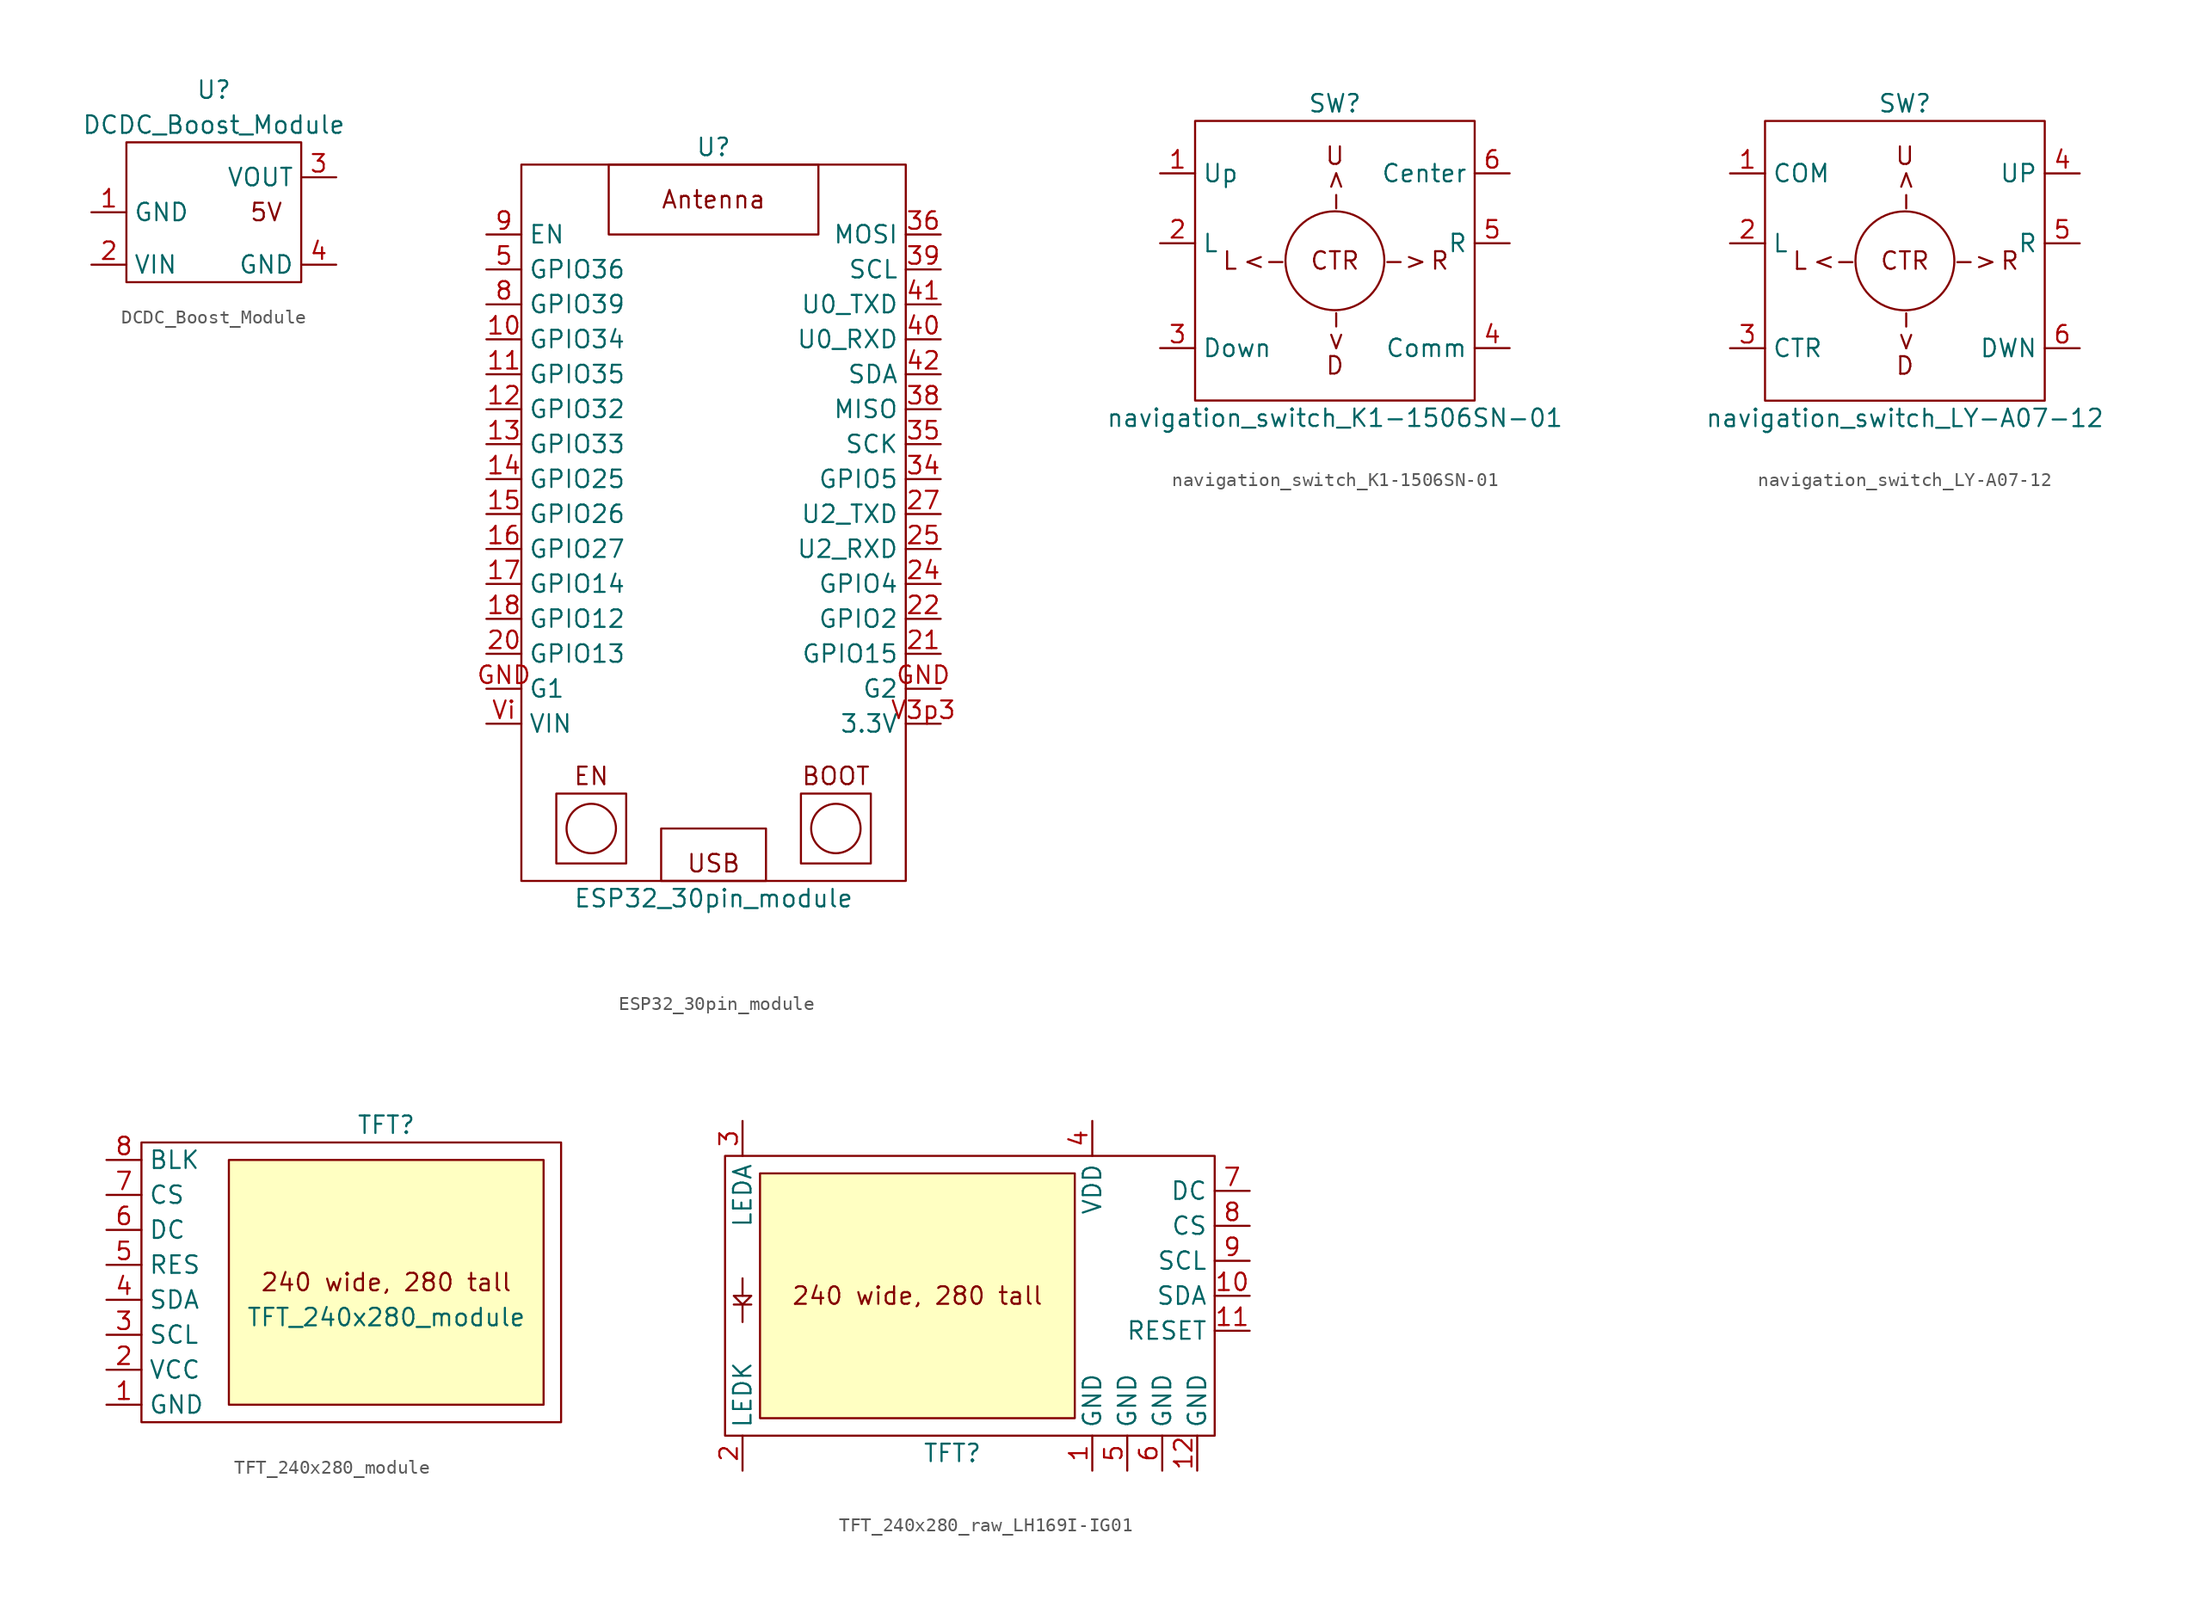
<source format=kicad_sym>
(kicad_symbol_lib
  (version 20211014)
  (generator kicad_symbol_editor)
  (symbol "DCDC_Boost_Module"
    (property "Reference" "U"
      (at 0 8.89 0)
      (effects (font (size 1.27 1.27))))
    (property "Value" "DCDC_Boost_Module"
      (at 0 6.35 0)
      (effects (font (size 1.27 1.27))))
    (symbol "DCDC_Boost_Module_0_0"
      (text "5V" (at 3.81 0 0) (effects (font (size 1.27 1.27)))))
    (symbol "DCDC_Boost_Module_0_1"
      (rectangle (start -6.35 5.08) (end 6.35 -5.08) (stroke (width 0.152) (type default) (color 0 0 0 0)) (fill (type none))))
    (symbol "DCDC_Boost_Module_1_1"
      (pin input line (at -8.89 0 0) (length 2.54) (name "GND" (effects (font (size 1.27 1.27)))) (number "1" (effects (font (size 1.27 1.27)))))
      (pin input line (at -8.89 -3.81 0) (length 2.54) (name "VIN" (effects (font (size 1.27 1.27)))) (number "2" (effects (font (size 1.27 1.27)))))
      (pin input line (at 8.89 2.54 180) (length 2.54) (name "VOUT" (effects (font (size 1.27 1.27)))) (number "3" (effects (font (size 1.27 1.27)))))
      (pin input line (at 8.89 -3.81 180) (length 2.54) (name "GND" (effects (font (size 1.27 1.27)))) (number "4" (effects (font (size 1.27 1.27)))))))
  (symbol "ESP32_30pin_module"
    (property "Reference" "U"
      (at 0 24.13 0)
      (effects (font (size 1.27 1.27))))
    (property "Value" "ESP32_30pin_module"
      (at 0 -30.48 0)
      (effects (font (size 1.27 1.27))))
    (symbol "ESP32_30pin_module_0_0"
      (rectangle (start -13.97 22.86) (end 13.97 -29.21) (stroke (width 0.152) (type default) (color 0 0 0 0)) (fill (type none)))
      (rectangle (start -7.62 22.86) (end 7.62 17.78) (stroke (width 0.152) (type default) (color 0 0 0 0)) (fill (type none)))
      (text "Antenna" (at 0 20.32 0) (effects (font (size 1.27 1.27))))
      (text "BOOT" (at 8.89 -21.59 0) (effects (font (size 1.27 1.27))))
      (text "EN" (at -8.89 -21.59 0) (effects (font (size 1.27 1.27))))
      (text "USB" (at 0 -27.94 0) (effects (font (size 1.27 1.27)))))
    (symbol "ESP32_30pin_module_0_1"
      (rectangle (start -11.43 -22.86) (end -6.35 -27.94) (stroke (width 0.152) (type default) (color 0 0 0 0)) (fill (type none)))
      (circle (center -8.89 -25.4) (radius 1.796) (stroke (width 0.152) (type default) (color 0 0 0 0)) (fill (type none)))
      (rectangle (start -3.81 -25.4) (end 3.81 -29.21) (stroke (width 0.152) (type default) (color 0 0 0 0)) (fill (type none)))
      (rectangle (start 6.35 -22.86) (end 11.43 -27.94) (stroke (width 0.152) (type default) (color 0 0 0 0)) (fill (type none)))
      (circle (center 8.89 -25.4) (radius 1.796) (stroke (width 0.152) (type default) (color 0 0 0 0)) (fill (type none))))
    (symbol "ESP32_30pin_module_1_1"
      (pin input line (at -16.51 10.16 0) (length 2.54) (name "GPIO34" (effects (font (size 1.27 1.27)))) (number "10" (effects (font (size 1.27 1.27)))))
      (pin input line (at -16.51 7.62 0) (length 2.54) (name "GPIO35" (effects (font (size 1.27 1.27)))) (number "11" (effects (font (size 1.27 1.27)))))
      (pin input line (at -16.51 5.08 0) (length 2.54) (name "GPIO32" (effects (font (size 1.27 1.27)))) (number "12" (effects (font (size 1.27 1.27)))))
      (pin input line (at -16.51 2.54 0) (length 2.54) (name "GPIO33" (effects (font (size 1.27 1.27)))) (number "13" (effects (font (size 1.27 1.27)))))
      (pin input line (at -16.51 0 0) (length 2.54) (name "GPIO25" (effects (font (size 1.27 1.27)))) (number "14" (effects (font (size 1.27 1.27)))))
      (pin input line (at -16.51 -2.54 0) (length 2.54) (name "GPIO26" (effects (font (size 1.27 1.27)))) (number "15" (effects (font (size 1.27 1.27)))))
      (pin input line (at -16.51 -5.08 0) (length 2.54) (name "GPIO27" (effects (font (size 1.27 1.27)))) (number "16" (effects (font (size 1.27 1.27)))))
      (pin input line (at -16.51 -7.62 0) (length 2.54) (name "GPIO14" (effects (font (size 1.27 1.27)))) (number "17" (effects (font (size 1.27 1.27)))))
      (pin input line (at -16.51 -10.16 0) (length 2.54) (name "GPIO12" (effects (font (size 1.27 1.27)))) (number "18" (effects (font (size 1.27 1.27)))))
      (pin input line (at -16.51 -12.7 0) (length 2.54) (name "GPIO13" (effects (font (size 1.27 1.27)))) (number "20" (effects (font (size 1.27 1.27)))))
      (pin input line (at 16.51 -12.7 180) (length 2.54) (name "GPIO15" (effects (font (size 1.27 1.27)))) (number "21" (effects (font (size 1.27 1.27)))))
      (pin input line (at 16.51 -10.16 180) (length 2.54) (name "GPIO2" (effects (font (size 1.27 1.27)))) (number "22" (effects (font (size 1.27 1.27)))))
      (pin input line (at 16.51 -7.62 180) (length 2.54) (name "GPIO4" (effects (font (size 1.27 1.27)))) (number "24" (effects (font (size 1.27 1.27)))))
      (pin input line (at 16.51 -5.08 180) (length 2.54) (name "U2_RXD" (effects (font (size 1.27 1.27)))) (number "25" (effects (font (size 1.27 1.27)))))
      (pin input line (at 16.51 -2.54 180) (length 2.54) (name "U2_TXD" (effects (font (size 1.27 1.27)))) (number "27" (effects (font (size 1.27 1.27)))))
      (pin input line (at 16.51 0 180) (length 2.54) (name "GPIO5" (effects (font (size 1.27 1.27)))) (number "34" (effects (font (size 1.27 1.27)))))
      (pin input line (at 16.51 2.54 180) (length 2.54) (name "SCK" (effects (font (size 1.27 1.27)))) (number "35" (effects (font (size 1.27 1.27)))))
      (pin input line (at 16.51 17.78 180) (length 2.54) (name "MOSI" (effects (font (size 1.27 1.27)))) (number "36" (effects (font (size 1.27 1.27)))))
      (pin input line (at 16.51 5.08 180) (length 2.54) (name "MISO" (effects (font (size 1.27 1.27)))) (number "38" (effects (font (size 1.27 1.27)))))
      (pin input line (at 16.51 15.24 180) (length 2.54) (name "SCL" (effects (font (size 1.27 1.27)))) (number "39" (effects (font (size 1.27 1.27)))))
      (pin input line (at 16.51 10.16 180) (length 2.54) (name "U0_RXD" (effects (font (size 1.27 1.27)))) (number "40" (effects (font (size 1.27 1.27)))))
      (pin input line (at 16.51 12.7 180) (length 2.54) (name "U0_TXD" (effects (font (size 1.27 1.27)))) (number "41" (effects (font (size 1.27 1.27)))))
      (pin input line (at 16.51 7.62 180) (length 2.54) (name "SDA" (effects (font (size 1.27 1.27)))) (number "42" (effects (font (size 1.27 1.27)))))
      (pin input line (at -16.51 15.24 0) (length 2.54) (name "GPIO36" (effects (font (size 1.27 1.27)))) (number "5" (effects (font (size 1.27 1.27)))))
      (pin input line (at -16.51 12.7 0) (length 2.54) (name "GPIO39" (effects (font (size 1.27 1.27)))) (number "8" (effects (font (size 1.27 1.27)))))
      (pin input line (at -16.51 17.78 0) (length 2.54) (name "EN" (effects (font (size 1.27 1.27)))) (number "9" (effects (font (size 1.27 1.27)))))
      (pin input line (at -16.51 -15.24 0) (length 2.54) (name "G1" (effects (font (size 1.27 1.27)))) (number "GND" (effects (font (size 1.27 1.27)))))
      (pin input line (at 16.51 -15.24 180) (length 2.54) (name "G2" (effects (font (size 1.27 1.27)))) (number "GND" (effects (font (size 1.27 1.27)))))
      (pin input line (at 16.51 -17.78 180) (length 2.54) (name "3.3V" (effects (font (size 1.27 1.27)))) (number "V3p3" (effects (font (size 1.27 1.27)))))
      (pin input line (at -16.51 -17.78 0) (length 2.54) (name "VIN" (effects (font (size 1.27 1.27)))) (number "Vi" (effects (font (size 1.27 1.27)))))))
  (symbol "navigation_switch_K1-1506SN-01"
    (property "Reference" "SW"
      (at 0 11.43 0)
      (effects (font (size 1.27 1.27))))
    (property "Value" "navigation_switch_K1-1506SN-01"
      (at 0 -11.43 0)
      (effects (font (size 1.27 1.27))))
    (symbol "navigation_switch_K1-1506SN-01_0_0"
      (text "->" (at 0 5.08 900) (effects (font (size 1.27 1.27))))
      (text "->" (at 5.08 0 0) (effects (font (size 1.27 1.27))))
      (text "<-" (at -5.08 0 0) (effects (font (size 1.27 1.27))))
      (text "<-" (at 0 -5.08 900) (effects (font (size 1.27 1.27))))
      (text "CTR" (at 0 0 0) (effects (font (size 1.27 1.27))))
      (text "D" (at 0 -7.62 0) (effects (font (size 1.27 1.27))))
      (text "L" (at -7.62 0 0) (effects (font (size 1.27 1.27))))
      (text "R" (at 7.62 0 0) (effects (font (size 1.27 1.27))))
      (text "U" (at 0 7.62 0) (effects (font (size 1.27 1.27)))))
    (symbol "navigation_switch_K1-1506SN-01_0_1"
      (rectangle (start -10.16 10.16) (end 10.16 -10.16) (stroke (width 0.152) (type default) (color 0 0 0 0)) (fill (type none)))
      (circle (center 0 0) (radius 3.592) (stroke (width 0.152) (type default) (color 0 0 0 0)) (fill (type none))))
    (symbol "navigation_switch_K1-1506SN-01_1_1"
      (pin input line (at -12.7 6.35 0) (length 2.54) (name "Up" (effects (font (size 1.27 1.27)))) (number "1" (effects (font (size 1.27 1.27)))))
      (pin input line (at -12.7 1.27 0) (length 2.54) (name "L" (effects (font (size 1.27 1.27)))) (number "2" (effects (font (size 1.27 1.27)))))
      (pin input line (at -12.7 -6.35 0) (length 2.54) (name "Down" (effects (font (size 1.27 1.27)))) (number "3" (effects (font (size 1.27 1.27)))))
      (pin input line (at 12.7 -6.35 180) (length 2.54) (name "Comm" (effects (font (size 1.27 1.27)))) (number "4" (effects (font (size 1.27 1.27)))))
      (pin input line (at 12.7 1.27 180) (length 2.54) (name "R" (effects (font (size 1.27 1.27)))) (number "5" (effects (font (size 1.27 1.27)))))
      (pin input line (at 12.7 6.35 180) (length 2.54) (name "Center" (effects (font (size 1.27 1.27)))) (number "6" (effects (font (size 1.27 1.27)))))))
  (symbol "navigation_switch_LY-A07-12"
    (property "Reference" "SW"
      (at 0 11.43 0)
      (effects (font (size 1.27 1.27))))
    (property "Value" "navigation_switch_LY-A07-12"
      (at 0 -11.43 0)
      (effects (font (size 1.27 1.27))))
    (symbol "navigation_switch_LY-A07-12_0_0"
      (text "->" (at 0 5.08 900) (effects (font (size 1.27 1.27))))
      (text "->" (at 5.08 0 0) (effects (font (size 1.27 1.27))))
      (text "<-" (at -5.08 0 0) (effects (font (size 1.27 1.27))))
      (text "<-" (at 0 -5.08 900) (effects (font (size 1.27 1.27))))
      (text "CTR" (at 0 0 0) (effects (font (size 1.27 1.27))))
      (text "D" (at 0 -7.62 0) (effects (font (size 1.27 1.27))))
      (text "L" (at -7.62 0 0) (effects (font (size 1.27 1.27))))
      (text "R" (at 7.62 0 0) (effects (font (size 1.27 1.27))))
      (text "U" (at 0 7.62 0) (effects (font (size 1.27 1.27)))))
    (symbol "navigation_switch_LY-A07-12_0_1"
      (rectangle (start -10.16 10.16) (end 10.16 -10.16) (stroke (width 0.152) (type default) (color 0 0 0 0)) (fill (type none)))
      (circle (center 0 0) (radius 3.592) (stroke (width 0.152) (type default) (color 0 0 0 0)) (fill (type none))))
    (symbol "navigation_switch_LY-A07-12_1_1"
      (pin input line (at -12.7 6.35 0) (length 2.54) (name "COM" (effects (font (size 1.27 1.27)))) (number "1" (effects (font (size 1.27 1.27)))))
      (pin input line (at -12.7 1.27 0) (length 2.54) (name "L" (effects (font (size 1.27 1.27)))) (number "2" (effects (font (size 1.27 1.27)))))
      (pin input line (at -12.7 -6.35 0) (length 2.54) (name "CTR" (effects (font (size 1.27 1.27)))) (number "3" (effects (font (size 1.27 1.27)))))
      (pin input line (at 12.7 6.35 180) (length 2.54) (name "UP" (effects (font (size 1.27 1.27)))) (number "4" (effects (font (size 1.27 1.27)))))
      (pin input line (at 12.7 1.27 180) (length 2.54) (name "R" (effects (font (size 1.27 1.27)))) (number "5" (effects (font (size 1.27 1.27)))))
      (pin input line (at 12.7 -6.35 180) (length 2.54) (name "DWN" (effects (font (size 1.27 1.27)))) (number "6" (effects (font (size 1.27 1.27)))))))
  (symbol "TFT_240x280_module"
    (property "Reference" "TFT"
      (at 0 11.43 0)
      (effects (font (size 1.27 1.27))))
    (property "Value" "TFT_240x280_module"
      (at 0 -2.54 0)
      (effects (font (size 1.27 1.27))))
    (symbol "TFT_240x280_module_0_0"
      (text "240 wide, 280 tall" (at 0 0 0) (effects (font (size 1.27 1.27)))))
    (symbol "TFT_240x280_module_0_1"
      (rectangle (start -17.78 10.16) (end 12.7 -10.16) (stroke (width 0.152) (type default) (color 0 0 0 0)) (fill (type none)))
      (rectangle (start -11.43 8.89) (end 11.43 -8.89) (stroke (width 0.152) (type default) (color 0 0 0 0)) (fill (type background))))
    (symbol "TFT_240x280_module_1_1"
      (pin input line (at -20.32 -8.89 0) (length 2.54) (name "GND" (effects (font (size 1.27 1.27)))) (number "1" (effects (font (size 1.27 1.27)))))
      (pin input line (at -20.32 -6.35 0) (length 2.54) (name "VCC" (effects (font (size 1.27 1.27)))) (number "2" (effects (font (size 1.27 1.27)))))
      (pin input line (at -20.32 -3.81 0) (length 2.54) (name "SCL" (effects (font (size 1.27 1.27)))) (number "3" (effects (font (size 1.27 1.27)))))
      (pin input line (at -20.32 -1.27 0) (length 2.54) (name "SDA" (effects (font (size 1.27 1.27)))) (number "4" (effects (font (size 1.27 1.27)))))
      (pin input line (at -20.32 1.27 0) (length 2.54) (name "RES" (effects (font (size 1.27 1.27)))) (number "5" (effects (font (size 1.27 1.27)))))
      (pin input line (at -20.32 3.81 0) (length 2.54) (name "DC" (effects (font (size 1.27 1.27)))) (number "6" (effects (font (size 1.27 1.27)))))
      (pin input line (at -20.32 6.35 0) (length 2.54) (name "CS" (effects (font (size 1.27 1.27)))) (number "7" (effects (font (size 1.27 1.27)))))
      (pin input line (at -20.32 8.89 0) (length 2.54) (name "BLK" (effects (font (size 1.27 1.27)))) (number "8" (effects (font (size 1.27 1.27)))))))
  (symbol "TFT_240x280_raw_LH169I-IG01"
    (property "Reference" "TFT"
      (at 0 -11.43 0)
      (effects (font (size 1.27 1.27))))
    (symbol "TFT_240x280_raw_LH169I-IG01_0_0"
      (text "240 wide, 280 tall" (at -2.54 0 0) (effects (font (size 1.27 1.27)))))
    (symbol "TFT_240x280_raw_LH169I-IG01_0_1"
      (rectangle (start -16.51 10.16) (end 19.05 -10.16) (stroke (width 0.152) (type default) (color 0 0 0 0)) (fill (type none)))
      (polyline (pts (xy -15.875 -0.635) (xy -14.605 -0.635)) (stroke (width 0.152) (type default) (color 0 0 0 0)) (fill (type none)))
      (polyline (pts (xy -15.24 -0.635) (xy -15.24 -1.905)) (stroke (width 0.152) (type default) (color 0 0 0 0)) (fill (type none)))
      (polyline (pts (xy -15.24 1.27) (xy -15.24 0)) (stroke (width 0.152) (type default) (color 0 0 0 0)) (fill (type none)))
      (polyline (pts (xy -15.875 0) (xy -14.605 0) (xy -15.24 -0.635) (xy -15.875 0)) (stroke (width 0.152) (type default) (color 0 0 0 0)) (fill (type none)))
      (rectangle (start 8.89 -8.89) (end -13.97 8.89) (stroke (width 0.152) (type default) (color 0 0 0 0)) (fill (type background))))
    (symbol "TFT_240x280_raw_LH169I-IG01_1_1"
      (pin input line (at 10.16 -12.7 90) (length 2.54) (name "GND" (effects (font (size 1.27 1.27)))) (number "1" (effects (font (size 1.27 1.27)))))
      (pin input line (at 21.59 0 180) (length 2.54) (name "SDA" (effects (font (size 1.27 1.27)))) (number "10" (effects (font (size 1.27 1.27)))))
      (pin input line (at 21.59 -2.54 180) (length 2.54) (name "RESET" (effects (font (size 1.27 1.27)))) (number "11" (effects (font (size 1.27 1.27)))))
      (pin input line (at 17.78 -12.7 90) (length 2.54) (name "GND" (effects (font (size 1.27 1.27)))) (number "12" (effects (font (size 1.27 1.27)))))
      (pin input line (at -15.24 -12.7 90) (length 2.54) (name "LEDK" (effects (font (size 1.27 1.27)))) (number "2" (effects (font (size 1.27 1.27)))))
      (pin input line (at -15.24 12.7 270) (length 2.54) (name "LEDA" (effects (font (size 1.27 1.27)))) (number "3" (effects (font (size 1.27 1.27)))))
      (pin input line (at 10.16 12.7 270) (length 2.54) (name "VDD" (effects (font (size 1.27 1.27)))) (number "4" (effects (font (size 1.27 1.27)))))
      (pin input line (at 12.7 -12.7 90) (length 2.54) (name "GND" (effects (font (size 1.27 1.27)))) (number "5" (effects (font (size 1.27 1.27)))))
      (pin input line (at 15.24 -12.7 90) (length 2.54) (name "GND" (effects (font (size 1.27 1.27)))) (number "6" (effects (font (size 1.27 1.27)))))
      (pin input line (at 21.59 7.62 180) (length 2.54) (name "DC" (effects (font (size 1.27 1.27)))) (number "7" (effects (font (size 1.27 1.27)))))
      (pin input line (at 21.59 5.08 180) (length 2.54) (name "CS" (effects (font (size 1.27 1.27)))) (number "8" (effects (font (size 1.27 1.27)))))
      (pin input line (at 21.59 2.54 180) (length 2.54) (name "SCL" (effects (font (size 1.27 1.27)))) (number "9" (effects (font (size 1.27 1.27))))))))
</source>
